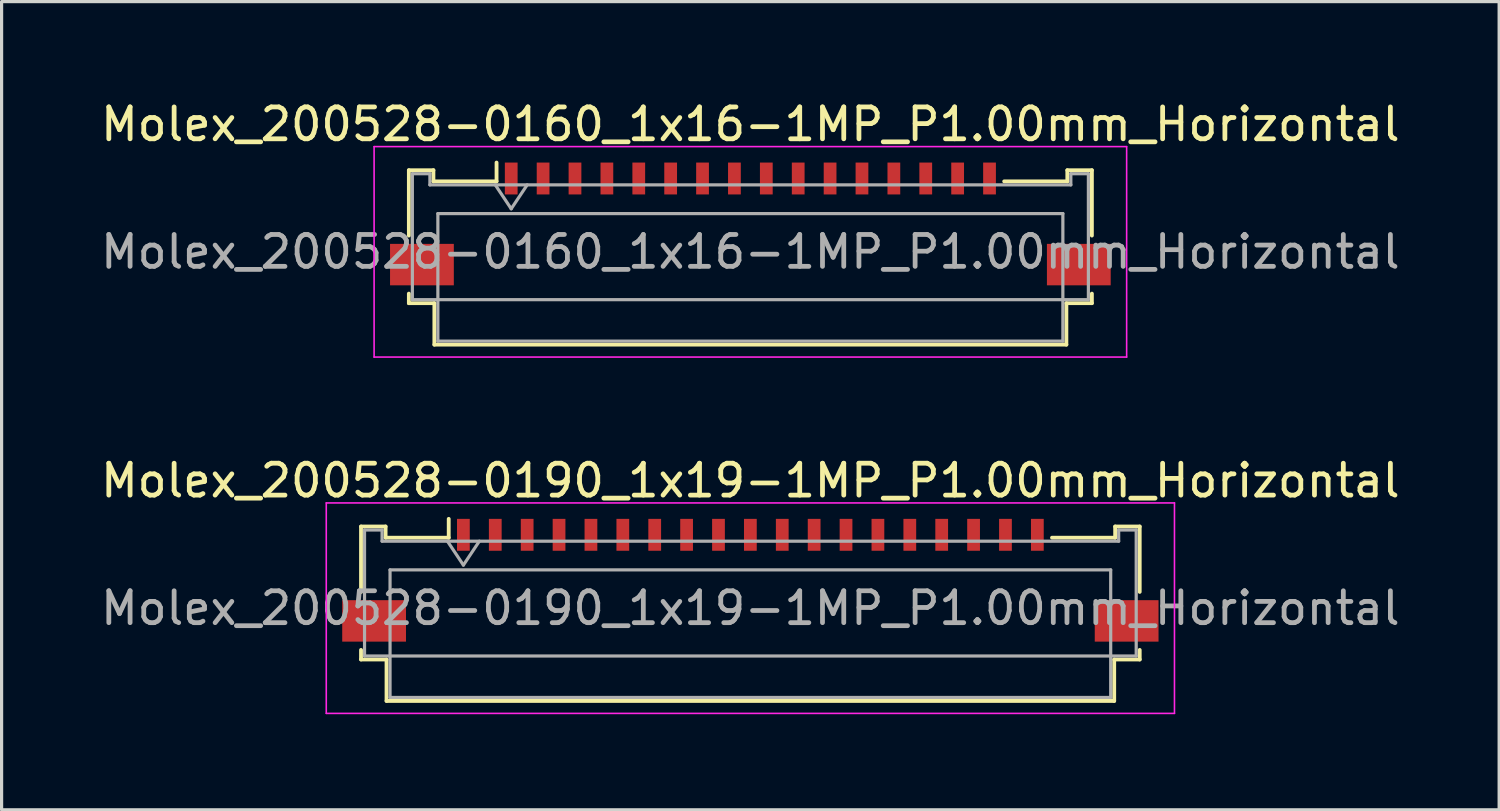
<source format=kicad_pcb>
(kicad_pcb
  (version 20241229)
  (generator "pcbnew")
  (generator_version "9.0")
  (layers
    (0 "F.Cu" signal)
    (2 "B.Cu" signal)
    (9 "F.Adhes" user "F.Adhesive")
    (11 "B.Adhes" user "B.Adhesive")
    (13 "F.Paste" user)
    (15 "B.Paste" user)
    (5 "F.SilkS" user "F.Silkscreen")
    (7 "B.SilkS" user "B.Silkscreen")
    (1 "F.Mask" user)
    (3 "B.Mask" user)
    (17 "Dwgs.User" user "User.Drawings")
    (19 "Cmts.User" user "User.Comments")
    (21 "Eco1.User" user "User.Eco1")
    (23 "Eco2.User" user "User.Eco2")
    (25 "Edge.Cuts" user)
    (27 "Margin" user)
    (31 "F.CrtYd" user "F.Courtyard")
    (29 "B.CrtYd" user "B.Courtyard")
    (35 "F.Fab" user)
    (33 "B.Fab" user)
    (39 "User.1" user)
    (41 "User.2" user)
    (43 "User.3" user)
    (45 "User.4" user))
  (footprint "Molex_200528-0160_1x16-1MP_P1.00mm_Horizontal"
    (layer "F.Cu")
    (at 20.482 3.458)
    (property "Reference" "Molex_200528-0160_1x16-1MP_P1.00mm_Horizontal" (at 0 -2.61 0) (layer "F.SilkS") (effects (font (size 1 1) (thickness 0.15))))
    (attr smd)
    (fp_line (start -10.71 -1.17) (end -10.71 0.88) (stroke (width 0.12) (type solid)) (layer "F.SilkS"))
    (fp_line (start -10.71 2.7) (end -10.71 3) (stroke (width 0.12) (type solid)) (layer "F.SilkS"))
    (fp_line (start -10.71 3) (end -9.91 3) (stroke (width 0.12) (type solid)) (layer "F.SilkS"))
    (fp_line (start -9.94 -1.17) (end -10.71 -1.17) (stroke (width 0.12) (type solid)) (layer "F.SilkS"))
    (fp_line (start -9.94 -0.82) (end -9.94 -1.17) (stroke (width 0.12) (type solid)) (layer "F.SilkS"))
    (fp_line (start -9.91 3) (end -9.91 4.3) (stroke (width 0.12) (type solid)) (layer "F.SilkS"))
    (fp_line (start -9.91 4.3) (end 9.91 4.3) (stroke (width 0.12) (type solid)) (layer "F.SilkS"))
    (fp_line (start -7.96 -1.41) (end -7.96 -0.82) (stroke (width 0.12) (type solid)) (layer "F.SilkS"))
    (fp_line (start -7.96 -0.82) (end -9.94 -0.82) (stroke (width 0.12) (type solid)) (layer "F.SilkS"))
    (fp_line (start 9.91 3) (end 10.71 3) (stroke (width 0.12) (type solid)) (layer "F.SilkS"))
    (fp_line (start 9.91 4.3) (end 9.91 3) (stroke (width 0.12) (type solid)) (layer "F.SilkS"))
    (fp_line (start 9.94 -1.17) (end 9.94 -0.82) (stroke (width 0.12) (type solid)) (layer "F.SilkS"))
    (fp_line (start 9.94 -0.82) (end 7.96 -0.82) (stroke (width 0.12) (type solid)) (layer "F.SilkS"))
    (fp_line (start 10.71 -1.17) (end 9.94 -1.17) (stroke (width 0.12) (type solid)) (layer "F.SilkS"))
    (fp_line (start 10.71 0.88) (end 10.71 -1.17) (stroke (width 0.12) (type solid)) (layer "F.SilkS"))
    (fp_line (start 10.71 3) (end 10.71 2.7) (stroke (width 0.12) (type solid)) (layer "F.SilkS"))
    (fp_line (start -11.8 -1.91) (end -11.8 4.69) (stroke (width 0.05) (type solid)) (layer "F.CrtYd"))
    (fp_line (start -11.8 4.69) (end 11.8 4.69) (stroke (width 0.05) (type solid)) (layer "F.CrtYd"))
    (fp_line (start 11.8 -1.91) (end -11.8 -1.91) (stroke (width 0.05) (type solid)) (layer "F.CrtYd"))
    (fp_line (start 11.8 4.69) (end 11.8 -1.91) (stroke (width 0.05) (type solid)) (layer "F.CrtYd"))
    (fp_line (start -10.6 -1.06) (end -10.6 2.89) (stroke (width 0.1) (type solid)) (layer "F.Fab"))
    (fp_line (start -10.6 2.89) (end 10.6 2.89) (stroke (width 0.1) (type solid)) (layer "F.Fab"))
    (fp_line (start -10.05 -1.06) (end -10.6 -1.06) (stroke (width 0.1) (type solid)) (layer "F.Fab"))
    (fp_line (start -10.05 -0.71) (end -10.05 -1.06) (stroke (width 0.1) (type solid)) (layer "F.Fab"))
    (fp_line (start -9.8 0.19) (end -9.8 4.19) (stroke (width 0.1) (type solid)) (layer "F.Fab"))
    (fp_line (start -9.8 4.19) (end 9.8 4.19) (stroke (width 0.1) (type solid)) (layer "F.Fab"))
    (fp_line (start -8 -0.71) (end -7.5 0.04) (stroke (width 0.1) (type solid)) (layer "F.Fab"))
    (fp_line (start -7.5 0.04) (end -7 -0.71) (stroke (width 0.1) (type solid)) (layer "F.Fab"))
    (fp_line (start 9.8 0.19) (end -9.8 0.19) (stroke (width 0.1) (type solid)) (layer "F.Fab"))
    (fp_line (start 9.8 4.19) (end 9.8 0.19) (stroke (width 0.1) (type solid)) (layer "F.Fab"))
    (fp_line (start 10.05 -1.06) (end 10.05 -0.71) (stroke (width 0.1) (type solid)) (layer "F.Fab"))
    (fp_line (start 10.05 -0.71) (end -10.05 -0.71) (stroke (width 0.1) (type solid)) (layer "F.Fab"))
    (fp_line (start 10.6 -1.06) (end 10.05 -1.06) (stroke (width 0.1) (type solid)) (layer "F.Fab"))
    (fp_line (start 10.6 2.89) (end 10.6 -1.06) (stroke (width 0.1) (type solid)) (layer "F.Fab"))
    (fp_text user "${REFERENCE}" (at 0 1.39 0) (layer "F.Fab") (effects (font (size 1 1) (thickness 0.15))))
    (pad "1" smd rect (at -7.5 -0.91) (size 0.4 1) (layers "F.Cu" "F.Mask" "F.Paste"))
    (pad "2" smd rect (at -6.5 -0.91) (size 0.4 1) (layers "F.Cu" "F.Mask" "F.Paste"))
    (pad "3" smd rect (at -5.5 -0.91) (size 0.4 1) (layers "F.Cu" "F.Mask" "F.Paste"))
    (pad "4" smd rect (at -4.5 -0.91) (size 0.4 1) (layers "F.Cu" "F.Mask" "F.Paste"))
    (pad "5" smd rect (at -3.5 -0.91) (size 0.4 1) (layers "F.Cu" "F.Mask" "F.Paste"))
    (pad "6" smd rect (at -2.5 -0.91) (size 0.4 1) (layers "F.Cu" "F.Mask" "F.Paste"))
    (pad "7" smd rect (at -1.5 -0.91) (size 0.4 1) (layers "F.Cu" "F.Mask" "F.Paste"))
    (pad "8" smd rect (at -0.5 -0.91) (size 0.4 1) (layers "F.Cu" "F.Mask" "F.Paste"))
    (pad "9" smd rect (at 0.5 -0.91) (size 0.4 1) (layers "F.Cu" "F.Mask" "F.Paste"))
    (pad "10" smd rect (at 1.5 -0.91) (size 0.4 1) (layers "F.Cu" "F.Mask" "F.Paste"))
    (pad "11" smd rect (at 2.5 -0.91) (size 0.4 1) (layers "F.Cu" "F.Mask" "F.Paste"))
    (pad "12" smd rect (at 3.5 -0.91) (size 0.4 1) (layers "F.Cu" "F.Mask" "F.Paste"))
    (pad "13" smd rect (at 4.5 -0.91) (size 0.4 1) (layers "F.Cu" "F.Mask" "F.Paste"))
    (pad "14" smd rect (at 5.5 -0.91) (size 0.4 1) (layers "F.Cu" "F.Mask" "F.Paste"))
    (pad "15" smd rect (at 6.5 -0.91) (size 0.4 1) (layers "F.Cu" "F.Mask" "F.Paste"))
    (pad "16" smd rect (at 7.5 -0.91) (size 0.4 1) (layers "F.Cu" "F.Mask" "F.Paste"))
    (pad "MP" smd rect (at -10.3 1.79) (size 2 1.3) (layers "F.Cu" "F.Mask" "F.Paste"))
    (pad "MP" smd rect (at 10.3 1.79) (size 2 1.3) (layers "F.Cu" "F.Mask" "F.Paste")))
  (footprint "Molex_200528-0190_1x19-1MP_P1.00mm_Horizontal"
    (layer "F.Cu")
    (at 20.482 14.632)
    (property "Reference" "Molex_200528-0190_1x19-1MP_P1.00mm_Horizontal" (at 0 -2.61 0) (layer "F.SilkS") (effects (font (size 1 1) (thickness 0.15))))
    (attr smd)
    (fp_line (start -12.21 -1.17) (end -12.21 0.88) (stroke (width 0.12) (type solid)) (layer "F.SilkS"))
    (fp_line (start -12.21 2.7) (end -12.21 3) (stroke (width 0.12) (type solid)) (layer "F.SilkS"))
    (fp_line (start -12.21 3) (end -11.41 3) (stroke (width 0.12) (type solid)) (layer "F.SilkS"))
    (fp_line (start -11.44 -1.17) (end -12.21 -1.17) (stroke (width 0.12) (type solid)) (layer "F.SilkS"))
    (fp_line (start -11.44 -0.82) (end -11.44 -1.17) (stroke (width 0.12) (type solid)) (layer "F.SilkS"))
    (fp_line (start -11.41 3) (end -11.41 4.3) (stroke (width 0.12) (type solid)) (layer "F.SilkS"))
    (fp_line (start -11.41 4.3) (end 11.41 4.3) (stroke (width 0.12) (type solid)) (layer "F.SilkS"))
    (fp_line (start -9.46 -1.41) (end -9.46 -0.82) (stroke (width 0.12) (type solid)) (layer "F.SilkS"))
    (fp_line (start -9.46 -0.82) (end -11.44 -0.82) (stroke (width 0.12) (type solid)) (layer "F.SilkS"))
    (fp_line (start 11.41 3) (end 12.21 3) (stroke (width 0.12) (type solid)) (layer "F.SilkS"))
    (fp_line (start 11.41 4.3) (end 11.41 3) (stroke (width 0.12) (type solid)) (layer "F.SilkS"))
    (fp_line (start 11.44 -1.17) (end 11.44 -0.82) (stroke (width 0.12) (type solid)) (layer "F.SilkS"))
    (fp_line (start 11.44 -0.82) (end 9.46 -0.82) (stroke (width 0.12) (type solid)) (layer "F.SilkS"))
    (fp_line (start 12.21 -1.17) (end 11.44 -1.17) (stroke (width 0.12) (type solid)) (layer "F.SilkS"))
    (fp_line (start 12.21 0.88) (end 12.21 -1.17) (stroke (width 0.12) (type solid)) (layer "F.SilkS"))
    (fp_line (start 12.21 3) (end 12.21 2.7) (stroke (width 0.12) (type solid)) (layer "F.SilkS"))
    (fp_line (start -13.3 -1.91) (end -13.3 4.69) (stroke (width 0.05) (type solid)) (layer "F.CrtYd"))
    (fp_line (start -13.3 4.69) (end 13.3 4.69) (stroke (width 0.05) (type solid)) (layer "F.CrtYd"))
    (fp_line (start 13.3 -1.91) (end -13.3 -1.91) (stroke (width 0.05) (type solid)) (layer "F.CrtYd"))
    (fp_line (start 13.3 4.69) (end 13.3 -1.91) (stroke (width 0.05) (type solid)) (layer "F.CrtYd"))
    (fp_line (start -12.1 -1.06) (end -12.1 2.89) (stroke (width 0.1) (type solid)) (layer "F.Fab"))
    (fp_line (start -12.1 2.89) (end 12.1 2.89) (stroke (width 0.1) (type solid)) (layer "F.Fab"))
    (fp_line (start -11.55 -1.06) (end -12.1 -1.06) (stroke (width 0.1) (type solid)) (layer "F.Fab"))
    (fp_line (start -11.55 -0.71) (end -11.55 -1.06) (stroke (width 0.1) (type solid)) (layer "F.Fab"))
    (fp_line (start -11.3 0.19) (end -11.3 4.19) (stroke (width 0.1) (type solid)) (layer "F.Fab"))
    (fp_line (start -11.3 4.19) (end 11.3 4.19) (stroke (width 0.1) (type solid)) (layer "F.Fab"))
    (fp_line (start -9.5 -0.71) (end -9 0.04) (stroke (width 0.1) (type solid)) (layer "F.Fab"))
    (fp_line (start -9 0.04) (end -8.5 -0.71) (stroke (width 0.1) (type solid)) (layer "F.Fab"))
    (fp_line (start 11.3 0.19) (end -11.3 0.19) (stroke (width 0.1) (type solid)) (layer "F.Fab"))
    (fp_line (start 11.3 4.19) (end 11.3 0.19) (stroke (width 0.1) (type solid)) (layer "F.Fab"))
    (fp_line (start 11.55 -1.06) (end 11.55 -0.71) (stroke (width 0.1) (type solid)) (layer "F.Fab"))
    (fp_line (start 11.55 -0.71) (end -11.55 -0.71) (stroke (width 0.1) (type solid)) (layer "F.Fab"))
    (fp_line (start 12.1 -1.06) (end 11.55 -1.06) (stroke (width 0.1) (type solid)) (layer "F.Fab"))
    (fp_line (start 12.1 2.89) (end 12.1 -1.06) (stroke (width 0.1) (type solid)) (layer "F.Fab"))
    (fp_text user "${REFERENCE}" (at 0 1.39 0) (layer "F.Fab") (effects (font (size 1 1) (thickness 0.15))))
    (pad "1" smd rect (at -9 -0.91) (size 0.4 1) (layers "F.Cu" "F.Mask" "F.Paste"))
    (pad "2" smd rect (at -8 -0.91) (size 0.4 1) (layers "F.Cu" "F.Mask" "F.Paste"))
    (pad "3" smd rect (at -7 -0.91) (size 0.4 1) (layers "F.Cu" "F.Mask" "F.Paste"))
    (pad "4" smd rect (at -6 -0.91) (size 0.4 1) (layers "F.Cu" "F.Mask" "F.Paste"))
    (pad "5" smd rect (at -5 -0.91) (size 0.4 1) (layers "F.Cu" "F.Mask" "F.Paste"))
    (pad "6" smd rect (at -4 -0.91) (size 0.4 1) (layers "F.Cu" "F.Mask" "F.Paste"))
    (pad "7" smd rect (at -3 -0.91) (size 0.4 1) (layers "F.Cu" "F.Mask" "F.Paste"))
    (pad "8" smd rect (at -2 -0.91) (size 0.4 1) (layers "F.Cu" "F.Mask" "F.Paste"))
    (pad "9" smd rect (at -1 -0.91) (size 0.4 1) (layers "F.Cu" "F.Mask" "F.Paste"))
    (pad "10" smd rect (at 0 -0.91) (size 0.4 1) (layers "F.Cu" "F.Mask" "F.Paste"))
    (pad "11" smd rect (at 1 -0.91) (size 0.4 1) (layers "F.Cu" "F.Mask" "F.Paste"))
    (pad "12" smd rect (at 2 -0.91) (size 0.4 1) (layers "F.Cu" "F.Mask" "F.Paste"))
    (pad "13" smd rect (at 3 -0.91) (size 0.4 1) (layers "F.Cu" "F.Mask" "F.Paste"))
    (pad "14" smd rect (at 4 -0.91) (size 0.4 1) (layers "F.Cu" "F.Mask" "F.Paste"))
    (pad "15" smd rect (at 5 -0.91) (size 0.4 1) (layers "F.Cu" "F.Mask" "F.Paste"))
    (pad "16" smd rect (at 6 -0.91) (size 0.4 1) (layers "F.Cu" "F.Mask" "F.Paste"))
    (pad "17" smd rect (at 7 -0.91) (size 0.4 1) (layers "F.Cu" "F.Mask" "F.Paste"))
    (pad "18" smd rect (at 8 -0.91) (size 0.4 1) (layers "F.Cu" "F.Mask" "F.Paste"))
    (pad "19" smd rect (at 9 -0.91) (size 0.4 1) (layers "F.Cu" "F.Mask" "F.Paste"))
    (pad "MP" smd rect (at -11.8 1.79) (size 2 1.3) (layers "F.Cu" "F.Mask" "F.Paste"))
    (pad "MP" smd rect (at 11.8 1.79) (size 2 1.3) (layers "F.Cu" "F.Mask" "F.Paste")))
  (gr_rect
    (start -3 -3)
    (end 43.964 22.346)
    (stroke (width 0.1) (type default))
    (fill no)
    (layer "Edge.Cuts")))
</source>
